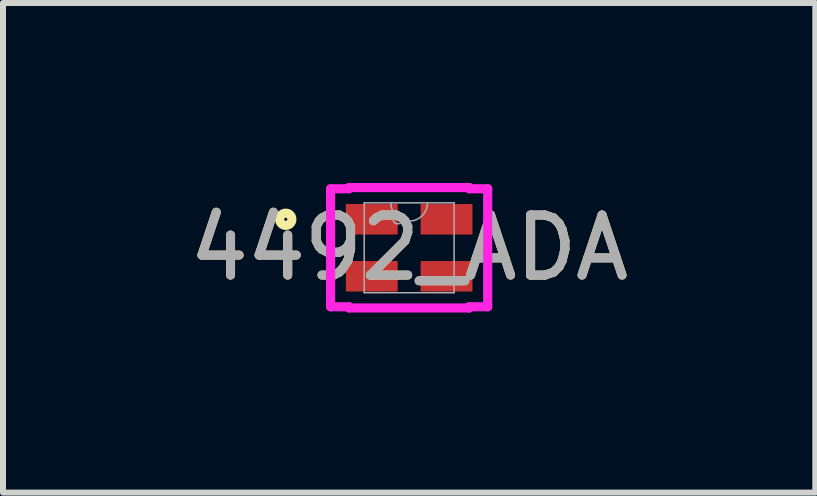
<source format=kicad_pcb>
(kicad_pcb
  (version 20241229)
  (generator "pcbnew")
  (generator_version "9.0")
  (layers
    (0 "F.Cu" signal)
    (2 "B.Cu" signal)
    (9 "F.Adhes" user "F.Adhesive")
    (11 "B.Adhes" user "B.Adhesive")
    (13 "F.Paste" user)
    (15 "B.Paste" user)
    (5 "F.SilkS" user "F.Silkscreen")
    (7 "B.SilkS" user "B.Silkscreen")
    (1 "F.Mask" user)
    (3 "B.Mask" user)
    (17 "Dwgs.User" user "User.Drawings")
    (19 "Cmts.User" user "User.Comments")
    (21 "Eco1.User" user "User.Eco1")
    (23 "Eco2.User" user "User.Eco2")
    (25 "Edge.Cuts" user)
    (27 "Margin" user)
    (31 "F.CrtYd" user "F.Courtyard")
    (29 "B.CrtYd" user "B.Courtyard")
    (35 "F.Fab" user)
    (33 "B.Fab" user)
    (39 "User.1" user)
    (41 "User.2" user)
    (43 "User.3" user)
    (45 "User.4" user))
  (footprint "4492_ADA"
    (layer "F.Cu")
    (at 3.768 1.079)
    (property "Reference" "4492_ADA" (at 0 0 0) (unlocked yes) (layer "F.SilkS") (effects (font (size 1 1) (thickness 0.15))))
    (attr smd)
    (fp_circle (center -2.056 -0.475) (end -1.954 -0.475) (stroke (width 0.152) (type solid)) (fill no) (layer "F.SilkS"))
    (fp_line (start -1.309 -0.983) (end -1.003 -0.983) (stroke (width 0.152) (type solid)) (layer "F.CrtYd"))
    (fp_line (start -1.309 0.983) (end -1.309 -0.983) (stroke (width 0.152) (type solid)) (layer "F.CrtYd"))
    (fp_line (start -1.309 0.983) (end -1.003 0.983) (stroke (width 0.152) (type solid)) (layer "F.CrtYd"))
    (fp_line (start -1.003 -1.003) (end 1.003 -1.003) (stroke (width 0.152) (type solid)) (layer "F.CrtYd"))
    (fp_line (start -1.003 -0.983) (end -1.003 -1.003) (stroke (width 0.152) (type solid)) (layer "F.CrtYd"))
    (fp_line (start -1.003 1.003) (end -1.003 0.983) (stroke (width 0.152) (type solid)) (layer "F.CrtYd"))
    (fp_line (start 1.003 -1.003) (end 1.003 -0.983) (stroke (width 0.152) (type solid)) (layer "F.CrtYd"))
    (fp_line (start 1.003 0.983) (end 1.003 1.003) (stroke (width 0.152) (type solid)) (layer "F.CrtYd"))
    (fp_line (start 1.003 1.003) (end -1.003 1.003) (stroke (width 0.152) (type solid)) (layer "F.CrtYd"))
    (fp_line (start 1.309 -0.983) (end 1.003 -0.983) (stroke (width 0.152) (type solid)) (layer "F.CrtYd"))
    (fp_line (start 1.309 -0.983) (end 1.309 0.983) (stroke (width 0.152) (type solid)) (layer "F.CrtYd"))
    (fp_line (start 1.309 0.983) (end 1.003 0.983) (stroke (width 0.152) (type solid)) (layer "F.CrtYd"))
    (fp_line (start -0.749 -0.749) (end -0.749 0.749) (stroke (width 0.025) (type solid)) (layer "F.Fab"))
    (fp_line (start -0.749 0.749) (end 0.749 0.749) (stroke (width 0.025) (type solid)) (layer "F.Fab"))
    (fp_line (start 0.749 -0.749) (end -0.749 -0.749) (stroke (width 0.025) (type solid)) (layer "F.Fab"))
    (fp_line (start 0.749 0.749) (end 0.749 -0.749) (stroke (width 0.025) (type solid)) (layer "F.Fab"))
    (fp_arc (start 0.3048 -0.7493) (mid 0 -0.4445) (end -0.3048 -0.7493) (stroke (width 0.0254) (type solid)) (layer "F.Fab"))
    (fp_circle (center -0.191 -0.475) (end -0.115 -0.475) (stroke (width 0.025) (type solid)) (fill no) (layer "F.Fab"))
    (fp_text user "${REFERENCE}" (at 0 0 0) (unlocked yes) (layer "F.Fab") (effects (font (size 1 1) (thickness 0.15))))
    (pad "1" smd rect (at -0.623 -0.475) (size 0.864 0.508) (layers "F.Cu" "F.Mask" "F.Paste"))
    (pad "2" smd rect (at -0.623 0.475) (size 0.864 0.508) (layers "F.Cu" "F.Mask" "F.Paste"))
    (pad "3" smd rect (at 0.623 0.475) (size 0.864 0.508) (layers "F.Cu" "F.Mask" "F.Paste"))
    (pad "4" smd rect (at 0.623 -0.475) (size 0.864 0.508) (layers "F.Cu" "F.Mask" "F.Paste")))
  (gr_rect
    (start -3 -3)
    (end 10.536 5.159)
    (stroke (width 0.1) (type default))
    (fill no)
    (layer "Edge.Cuts")))
</source>
